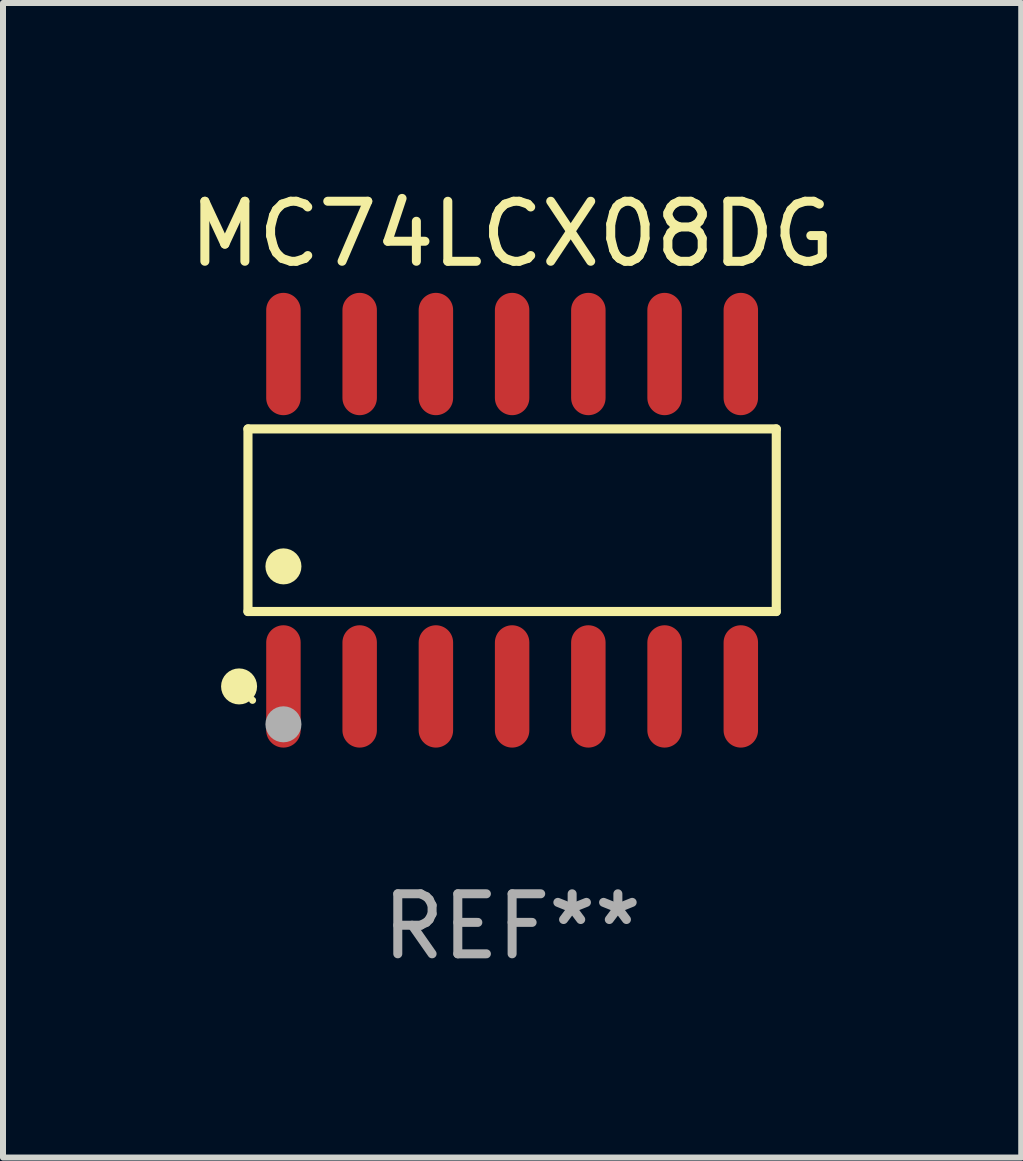
<source format=kicad_pcb>
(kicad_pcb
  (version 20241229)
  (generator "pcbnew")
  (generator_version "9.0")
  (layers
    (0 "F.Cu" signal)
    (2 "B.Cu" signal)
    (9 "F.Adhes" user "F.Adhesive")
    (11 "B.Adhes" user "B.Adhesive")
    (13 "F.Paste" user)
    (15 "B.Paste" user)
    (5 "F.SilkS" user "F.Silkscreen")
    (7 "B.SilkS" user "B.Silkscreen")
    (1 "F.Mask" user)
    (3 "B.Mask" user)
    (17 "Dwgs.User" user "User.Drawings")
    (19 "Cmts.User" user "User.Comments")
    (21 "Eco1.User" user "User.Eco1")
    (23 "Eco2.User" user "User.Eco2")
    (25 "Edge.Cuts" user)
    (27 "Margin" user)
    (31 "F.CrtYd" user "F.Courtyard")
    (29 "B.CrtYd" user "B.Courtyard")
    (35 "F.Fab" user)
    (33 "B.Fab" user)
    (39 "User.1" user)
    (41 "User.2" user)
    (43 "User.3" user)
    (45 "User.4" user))
  (footprint "MC74LCX08DG"
    (layer "F.Cu")
    (at 5.482 5.617)
    (property "Reference" "MC74LCX08DG" (at 0 -4.769 0) (layer "F.SilkS") (effects (font (size 1 1) (thickness 0.15))))
    (attr through_hole)
    (fp_line (start -4.401 -1.521) (end 4.401 -1.521) (stroke (width 0.152) (type solid)) (layer "F.SilkS"))
    (fp_line (start -4.401 1.521) (end -4.401 -1.521) (stroke (width 0.152) (type solid)) (layer "F.SilkS"))
    (fp_line (start 4.401 -1.521) (end 4.401 1.521) (stroke (width 0.152) (type solid)) (layer "F.SilkS"))
    (fp_line (start 4.401 1.521) (end -4.401 1.521) (stroke (width 0.152) (type solid)) (layer "F.SilkS"))
    (fp_circle (center -4.549 2.769) (end -4.399 2.769) (stroke (width 0.3) (type solid)) (fill no) (layer "F.SilkS"))
    (fp_circle (center -4.325 3) (end -4.295 3) (stroke (width 0.06) (type solid)) (fill no) (layer "F.SilkS"))
    (fp_circle (center -3.81 0.769) (end -3.66 0.769) (stroke (width 0.3) (type solid)) (fill no) (layer "F.SilkS"))
    (fp_circle (center -3.81 3.4) (end -3.66 3.4) (stroke (width 0.3) (type solid)) (fill no) (layer "F.Fab"))
    (fp_text user "REF**" (at 0 6.769 0) (layer "F.Fab") (effects (font (size 1 1) (thickness 0.15))))
    (pad "1" smd oval (at -3.81 2.769) (size 0.574 2.038) (layers "F.Cu" "F.Mask" "F.Paste"))
    (pad "2" smd oval (at -2.54 2.769) (size 0.574 2.038) (layers "F.Cu" "F.Mask" "F.Paste"))
    (pad "3" smd oval (at -1.27 2.769) (size 0.574 2.038) (layers "F.Cu" "F.Mask" "F.Paste"))
    (pad "4" smd oval (at 0 2.769) (size 0.574 2.038) (layers "F.Cu" "F.Mask" "F.Paste"))
    (pad "5" smd oval (at 1.27 2.769) (size 0.574 2.038) (layers "F.Cu" "F.Mask" "F.Paste"))
    (pad "6" smd oval (at 2.54 2.769) (size 0.574 2.038) (layers "F.Cu" "F.Mask" "F.Paste"))
    (pad "7" smd oval (at 3.81 2.769) (size 0.574 2.038) (layers "F.Cu" "F.Mask" "F.Paste"))
    (pad "8" smd oval (at 3.81 -2.769) (size 0.574 2.038) (layers "F.Cu" "F.Mask" "F.Paste"))
    (pad "9" smd oval (at 2.54 -2.769) (size 0.574 2.038) (layers "F.Cu" "F.Mask" "F.Paste"))
    (pad "10" smd oval (at 1.27 -2.769) (size 0.574 2.038) (layers "F.Cu" "F.Mask" "F.Paste"))
    (pad "11" smd oval (at 0 -2.769) (size 0.574 2.038) (layers "F.Cu" "F.Mask" "F.Paste"))
    (pad "12" smd oval (at -1.27 -2.769) (size 0.574 2.038) (layers "F.Cu" "F.Mask" "F.Paste"))
    (pad "13" smd oval (at -2.54 -2.769) (size 0.574 2.038) (layers "F.Cu" "F.Mask" "F.Paste"))
    (pad "14" smd oval (at -3.81 -2.769) (size 0.574 2.038) (layers "F.Cu" "F.Mask" "F.Paste")))
  (gr_rect
    (start -3 -3)
    (end 13.964 16.235)
    (stroke (width 0.1) (type default))
    (fill no)
    (layer "Edge.Cuts")))
</source>
